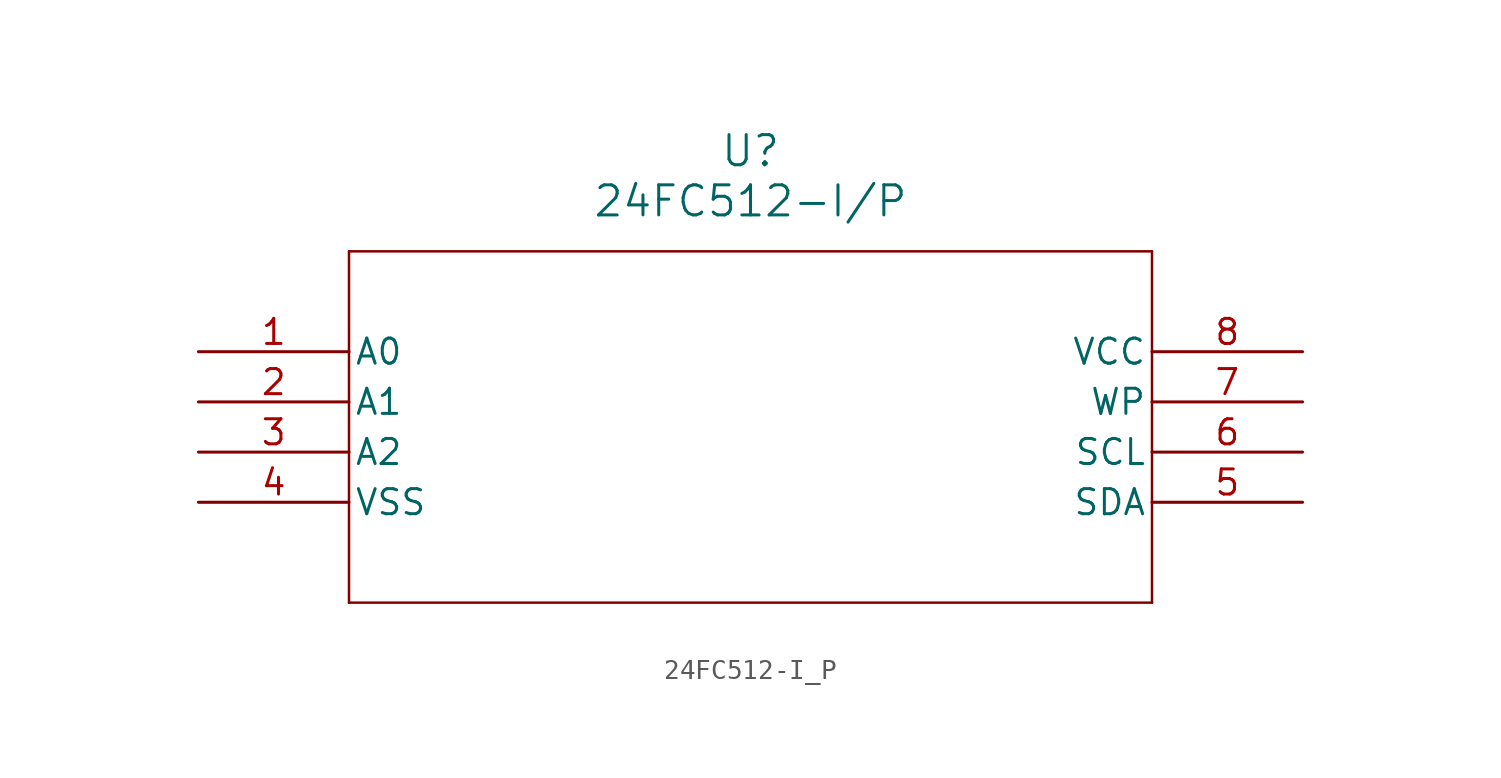
<source format=kicad_sym>
(kicad_symbol_lib
  (version 20211014)
  (generator kicad_symbol_editor)
  (symbol "24FC512-I_P"
    (pin_names
      (offset 0.254))
    (property "Reference" "U"
      (at 27.94 10.16 0)
      (effects (font (size 1.524 1.524))))
    (property "Value" "24FC512-I/P"
      (at 27.94 7.62 0)
      (effects (font (size 1.524 1.524))))
    (symbol "24FC512-I_P_0_1"
      (polyline (pts (xy 7.62 5.08) (xy 7.62 -12.7)) (stroke (width 0.127) (type default) (color 0 0 0 0)) (fill (type none)))
      (polyline (pts (xy 7.62 -12.7) (xy 48.26 -12.7)) (stroke (width 0.127) (type default) (color 0 0 0 0)) (fill (type none)))
      (polyline (pts (xy 48.26 -12.7) (xy 48.26 5.08)) (stroke (width 0.127) (type default) (color 0 0 0 0)) (fill (type none)))
      (polyline (pts (xy 48.26 5.08) (xy 7.62 5.08)) (stroke (width 0.127) (type default) (color 0 0 0 0)) (fill (type none)))
      (pin unspecified line (at 0 0 0) (length 7.62) (name "A0" (effects (font (size 1.27 1.27)))) (number "1" (effects (font (size 1.27 1.27)))))
      (pin unspecified line (at 0 -2.54 0) (length 7.62) (name "A1" (effects (font (size 1.27 1.27)))) (number "2" (effects (font (size 1.27 1.27)))))
      (pin unspecified line (at 0 -5.08 0) (length 7.62) (name "A2" (effects (font (size 1.27 1.27)))) (number "3" (effects (font (size 1.27 1.27)))))
      (pin unspecified line (at 0 -7.62 0) (length 7.62) (name "VSS" (effects (font (size 1.27 1.27)))) (number "4" (effects (font (size 1.27 1.27)))))
      (pin unspecified line (at 55.88 -7.62 180) (length 7.62) (name "SDA" (effects (font (size 1.27 1.27)))) (number "5" (effects (font (size 1.27 1.27)))))
      (pin unspecified line (at 55.88 -5.08 180) (length 7.62) (name "SCL" (effects (font (size 1.27 1.27)))) (number "6" (effects (font (size 1.27 1.27)))))
      (pin unspecified line (at 55.88 -2.54 180) (length 7.62) (name "WP" (effects (font (size 1.27 1.27)))) (number "7" (effects (font (size 1.27 1.27)))))
      (pin unspecified line (at 55.88 0 180) (length 7.62) (name "VCC" (effects (font (size 1.27 1.27)))) (number "8" (effects (font (size 1.27 1.27))))))))
</source>
